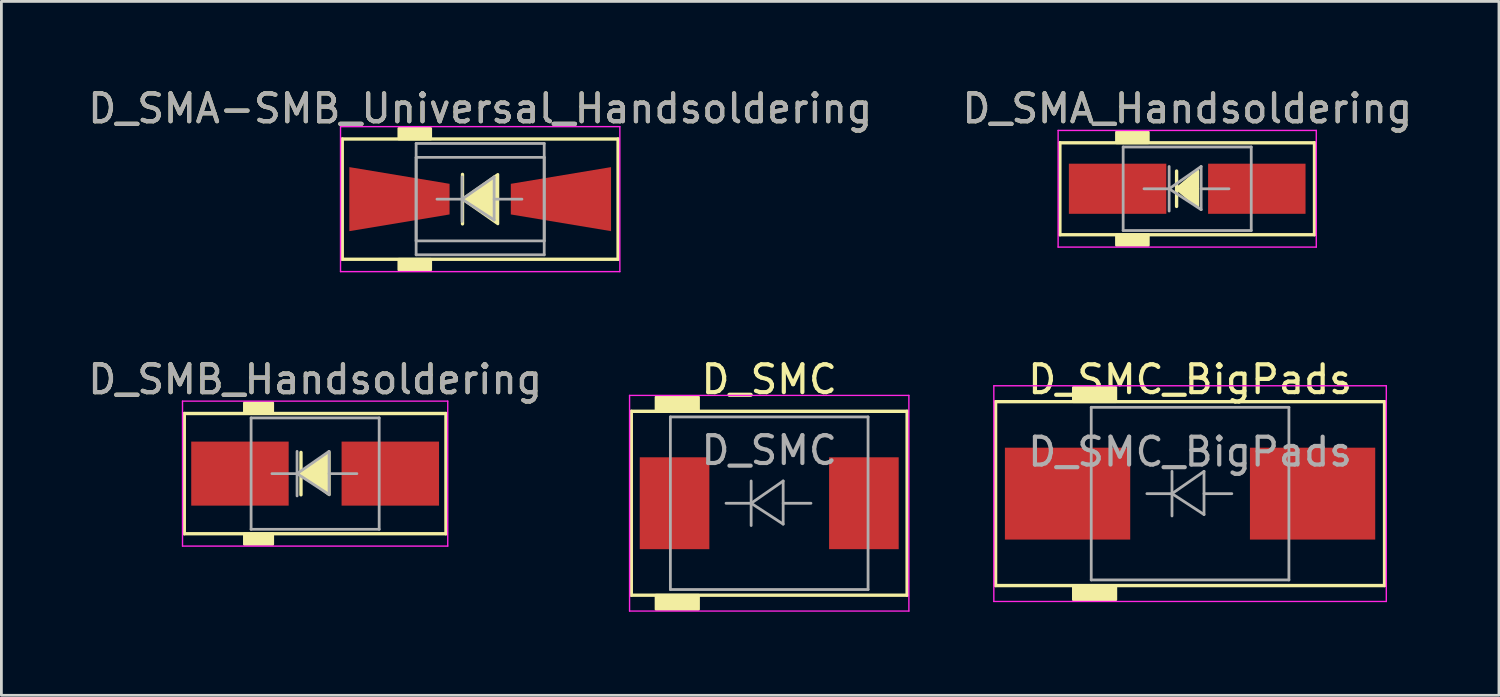
<source format=kicad_pcb>
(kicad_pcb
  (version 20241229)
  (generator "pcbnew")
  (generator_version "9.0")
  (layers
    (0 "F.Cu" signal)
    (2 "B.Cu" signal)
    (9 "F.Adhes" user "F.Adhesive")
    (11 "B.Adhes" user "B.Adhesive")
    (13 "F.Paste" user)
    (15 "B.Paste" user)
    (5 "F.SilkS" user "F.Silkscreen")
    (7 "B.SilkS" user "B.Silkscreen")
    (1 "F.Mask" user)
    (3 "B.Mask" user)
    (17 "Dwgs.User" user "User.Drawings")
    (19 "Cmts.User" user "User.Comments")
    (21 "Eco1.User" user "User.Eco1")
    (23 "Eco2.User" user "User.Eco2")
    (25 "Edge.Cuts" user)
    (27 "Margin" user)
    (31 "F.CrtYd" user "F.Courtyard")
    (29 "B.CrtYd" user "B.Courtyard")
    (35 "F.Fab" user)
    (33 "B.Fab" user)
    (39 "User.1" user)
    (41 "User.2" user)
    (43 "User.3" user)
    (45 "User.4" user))
  (footprint "D_SMA_Handsoldering"
    (layer "F.Cu")
    (at 39.589 3.729)
    (property "Reference" "D_SMA_Handsoldering" (at 0 -2.881 0) (layer "F.SilkS") (effects (font (size 1 1) (thickness 0.15))))
    (attr smd)
    (fp_line (start -4.572 -1.651) (end -4.572 1.651) (stroke (width 0.12) (type solid)) (layer "F.SilkS"))
    (fp_line (start -4.572 1.651) (end 4.572 1.651) (stroke (width 0.12) (type solid)) (layer "F.SilkS"))
    (fp_line (start -0.381 -0.635) (end -0.381 0.635) (stroke (width 0.12) (type solid)) (layer "F.SilkS"))
    (fp_line (start 4.572 -1.651) (end -4.572 -1.651) (stroke (width 0.12) (type solid)) (layer "F.SilkS"))
    (fp_line (start 4.572 1.651) (end 4.572 -1.651) (stroke (width 0.12) (type solid)) (layer "F.SilkS"))
    (fp_poly (pts (xy 0.381 0.635) (xy -0.381 0) (xy 0.381 -0.635)) (stroke (width 0.1) (type solid)) (fill yes) (layer "F.SilkS"))
    (fp_poly (pts (xy -1.397 -1.651) (xy -2.54 -1.651) (xy -2.54 -2.032) (xy -1.397 -2.032)) (stroke (width 0.1) (type solid)) (fill yes) (layer "F.SilkS"))
    (fp_poly (pts (xy -1.397 2.032) (xy -2.54 2.032) (xy -2.54 1.651) (xy -1.397 1.651)) (stroke (width 0.1) (type solid)) (fill yes) (layer "F.SilkS"))
    (fp_line (start -4.636 -2.095) (end 4.636 -2.095) (stroke (width 0.05) (type solid)) (layer "F.CrtYd"))
    (fp_line (start -4.636 2.095) (end -4.636 -2.095) (stroke (width 0.05) (type solid)) (layer "F.CrtYd"))
    (fp_line (start 4.636 -2.095) (end 4.636 2.095) (stroke (width 0.05) (type solid)) (layer "F.CrtYd"))
    (fp_line (start 4.636 2.095) (end -4.636 2.095) (stroke (width 0.05) (type solid)) (layer "F.CrtYd"))
    (fp_line (start -2.3 1.5) (end -2.3 -1.5) (stroke (width 0.1) (type solid)) (layer "F.Fab"))
    (fp_line (start -0.649 -0.799) (end -0.649 0.801) (stroke (width 0.1) (type solid)) (layer "F.Fab"))
    (fp_line (start -0.649 0.001) (end -1.551 0.001) (stroke (width 0.1) (type solid)) (layer "F.Fab"))
    (fp_line (start -0.649 0.001) (end 0.501 -0.799) (stroke (width 0.1) (type solid)) (layer "F.Fab"))
    (fp_line (start -0.649 0.001) (end 0.501 0.75) (stroke (width 0.1) (type solid)) (layer "F.Fab"))
    (fp_line (start 0.501 0.001) (end 1.499 0.001) (stroke (width 0.1) (type solid)) (layer "F.Fab"))
    (fp_line (start 0.501 0.75) (end 0.501 -0.799) (stroke (width 0.1) (type solid)) (layer "F.Fab"))
    (fp_line (start 2.3 -1.5) (end -2.3 -1.5) (stroke (width 0.1) (type solid)) (layer "F.Fab"))
    (fp_line (start 2.3 -1.5) (end 2.3 1.5) (stroke (width 0.1) (type solid)) (layer "F.Fab"))
    (fp_line (start 2.3 1.5) (end -2.3 1.5) (stroke (width 0.1) (type solid)) (layer "F.Fab"))
    (fp_text user "${REFERENCE}" (at 0 -2.881 0) (layer "F.Fab") (effects (font (size 1 1) (thickness 0.15))))
    (pad "1" smd rect (at -2.5 0) (size 3.5 1.8) (layers "F.Cu" "F.Mask" "F.Paste"))
    (pad "2" smd rect (at 2.5 0) (size 3.5 1.8) (layers "F.Cu" "F.Mask" "F.Paste")))
  (footprint "D_SMA-SMB_Universal_Handsoldering"
    (layer "F.Cu")
    (at 14.196 4.102)
    (property "Reference" "D_SMA-SMB_Universal_Handsoldering" (at 0 -3.254 0) (layer "F.SilkS") (effects (font (size 1 1) (thickness 0.15))))
    (attr smd)
    (fp_line (start -4.953 -2.159) (end -4.953 2.159) (stroke (width 0.12) (type solid)) (layer "F.SilkS"))
    (fp_line (start -4.953 2.159) (end 4.953 2.159) (stroke (width 0.12) (type solid)) (layer "F.SilkS"))
    (fp_line (start -0.635 -0.889) (end -0.635 0.889) (stroke (width 0.12) (type solid)) (layer "F.SilkS"))
    (fp_line (start 4.953 -2.159) (end -4.953 -2.159) (stroke (width 0.12) (type solid)) (layer "F.SilkS"))
    (fp_line (start 4.953 2.159) (end 4.953 -2.159) (stroke (width 0.12) (type solid)) (layer "F.SilkS"))
    (fp_poly (pts (xy 0.635 0.889) (xy -0.635 0) (xy 0.635 -0.889)) (stroke (width 0.1) (type solid)) (fill yes) (layer "F.SilkS"))
    (fp_poly (pts (xy -1.778 -2.159) (xy -2.921 -2.159) (xy -2.921 -2.54) (xy -1.778 -2.54)) (stroke (width 0.1) (type solid)) (fill yes) (layer "F.SilkS"))
    (fp_poly (pts (xy -1.778 2.54) (xy -2.921 2.54) (xy -2.921 2.159) (xy -1.778 2.159)) (stroke (width 0.1) (type solid)) (fill yes) (layer "F.SilkS"))
    (fp_line (start -5.016 -2.603) (end 5.016 -2.603) (stroke (width 0.05) (type solid)) (layer "F.CrtYd"))
    (fp_line (start -5.016 2.603) (end -5.016 -2.603) (stroke (width 0.05) (type solid)) (layer "F.CrtYd"))
    (fp_line (start 5.016 -2.603) (end 5.016 2.603) (stroke (width 0.05) (type solid)) (layer "F.CrtYd"))
    (fp_line (start 5.016 2.603) (end -5.016 2.603) (stroke (width 0.05) (type solid)) (layer "F.CrtYd"))
    (fp_line (start -2.3 1.5) (end -2.3 -1.5) (stroke (width 0.1) (type solid)) (layer "F.Fab"))
    (fp_line (start -2.3 2) (end -2.3 -2) (stroke (width 0.1) (type solid)) (layer "F.Fab"))
    (fp_line (start -0.649 -0.799) (end -0.649 0.801) (stroke (width 0.1) (type solid)) (layer "F.Fab"))
    (fp_line (start -0.649 0.001) (end -1.551 0.001) (stroke (width 0.1) (type solid)) (layer "F.Fab"))
    (fp_line (start -0.649 0.001) (end 0.501 -0.799) (stroke (width 0.1) (type solid)) (layer "F.Fab"))
    (fp_line (start -0.649 0.001) (end 0.501 0.75) (stroke (width 0.1) (type solid)) (layer "F.Fab"))
    (fp_line (start 0.501 0.001) (end 1.499 0.001) (stroke (width 0.1) (type solid)) (layer "F.Fab"))
    (fp_line (start 0.501 0.75) (end 0.501 -0.799) (stroke (width 0.1) (type solid)) (layer "F.Fab"))
    (fp_line (start 2.3 -2) (end -2.3 -2) (stroke (width 0.1) (type solid)) (layer "F.Fab"))
    (fp_line (start 2.3 -2) (end 2.3 2) (stroke (width 0.1) (type solid)) (layer "F.Fab"))
    (fp_line (start 2.3 -1.5) (end -2.3 -1.5) (stroke (width 0.1) (type solid)) (layer "F.Fab"))
    (fp_line (start 2.3 -1.5) (end 2.3 1.5) (stroke (width 0.1) (type solid)) (layer "F.Fab"))
    (fp_line (start 2.3 1.5) (end -2.3 1.5) (stroke (width 0.1) (type solid)) (layer "F.Fab"))
    (fp_line (start 2.3 2) (end -2.3 2) (stroke (width 0.1) (type solid)) (layer "F.Fab"))
    (fp_text user "${REFERENCE}" (at 0 -3.254 0) (layer "F.Fab") (effects (font (size 1 1) (thickness 0.15))))
    (pad "1" smd trapezoid (at -2.9 0) (size 3.6 1.7) (rect_delta 0.6 0) (layers "F.Cu" "F.Mask" "F.Paste"))
    (pad "2" smd trapezoid (at 2.9 0 180) (size 3.6 1.7) (rect_delta 0.6 0) (layers "F.Cu" "F.Mask" "F.Paste")))
  (footprint "D_SMC_BigPads"
    (layer "F.Cu")
    (at 39.692 14.679)
    (property "Reference" "D_SMC_BigPads" (at 0 -4.1 0) (layer "F.SilkS") (effects (font (size 1 1) (thickness 0.15))))
    (attr smd)
    (fp_line (start -6.985 -3.302) (end -6.985 3.302) (stroke (width 0.12) (type solid)) (layer "F.SilkS"))
    (fp_line (start -6.985 3.302) (end 6.985 3.302) (stroke (width 0.12) (type solid)) (layer "F.SilkS"))
    (fp_line (start 6.985 -3.302) (end -6.985 -3.302) (stroke (width 0.12) (type solid)) (layer "F.SilkS"))
    (fp_line (start 6.985 3.302) (end 6.985 -3.302) (stroke (width 0.12) (type solid)) (layer "F.SilkS"))
    (fp_poly (pts (xy -2.667 -3.302) (xy -4.191 -3.302) (xy -4.191 -3.81) (xy -2.667 -3.81)) (stroke (width 0.1) (type solid)) (fill yes) (layer "F.SilkS"))
    (fp_poly (pts (xy -2.667 3.81) (xy -4.191 3.81) (xy -4.191 3.302) (xy -2.667 3.302)) (stroke (width 0.1) (type solid)) (fill yes) (layer "F.SilkS"))
    (fp_line (start -7.048 -3.873) (end 7.048 -3.873) (stroke (width 0.05) (type solid)) (layer "F.CrtYd"))
    (fp_line (start -7.048 3.873) (end -7.048 -3.873) (stroke (width 0.05) (type solid)) (layer "F.CrtYd"))
    (fp_line (start 7.048 -3.873) (end 7.048 3.873) (stroke (width 0.05) (type solid)) (layer "F.CrtYd"))
    (fp_line (start 7.048 3.873) (end -7.048 3.873) (stroke (width 0.05) (type solid)) (layer "F.CrtYd"))
    (fp_line (start -3.55 3.1) (end -3.55 -3.1) (stroke (width 0.1) (type solid)) (layer "F.Fab"))
    (fp_line (start -0.649 -0.799) (end -0.649 0.801) (stroke (width 0.1) (type solid)) (layer "F.Fab"))
    (fp_line (start -0.649 0.001) (end -1.551 0.001) (stroke (width 0.1) (type solid)) (layer "F.Fab"))
    (fp_line (start -0.649 0.001) (end 0.501 -0.799) (stroke (width 0.1) (type solid)) (layer "F.Fab"))
    (fp_line (start -0.649 0.001) (end 0.501 0.75) (stroke (width 0.1) (type solid)) (layer "F.Fab"))
    (fp_line (start 0.501 0.001) (end 1.499 0.001) (stroke (width 0.1) (type solid)) (layer "F.Fab"))
    (fp_line (start 0.501 0.75) (end 0.501 -0.799) (stroke (width 0.1) (type solid)) (layer "F.Fab"))
    (fp_line (start 3.55 -3.1) (end -3.55 -3.1) (stroke (width 0.1) (type solid)) (layer "F.Fab"))
    (fp_line (start 3.55 -3.1) (end 3.55 3.1) (stroke (width 0.1) (type solid)) (layer "F.Fab"))
    (fp_line (start 3.55 3.1) (end -3.55 3.1) (stroke (width 0.1) (type solid)) (layer "F.Fab"))
    (fp_text user "${REFERENCE}" (at 0 -1.5 0) (layer "F.Fab") (effects (font (size 1 1) (thickness 0.15))))
    (pad "1" smd rect (at -4.4 0 90) (size 3.3 4.5) (layers "F.Cu" "F.Mask" "F.Paste"))
    (pad "2" smd rect (at 4.4 0 90) (size 3.3 4.5) (layers "F.Cu" "F.Mask" "F.Paste")))
  (footprint "D_SMC"
    (layer "F.Cu")
    (at 24.577 15.024)
    (property "Reference" "D_SMC" (at 0 -4.445 0) (layer "F.SilkS") (effects (font (size 1 1) (thickness 0.15))))
    (attr smd)
    (fp_line (start -4.953 -3.302) (end 4.953 -3.302) (stroke (width 0.12) (type solid)) (layer "F.SilkS"))
    (fp_line (start -4.953 3.302) (end -4.953 -3.302) (stroke (width 0.12) (type solid)) (layer "F.SilkS"))
    (fp_line (start 4.953 -3.302) (end 4.953 3.302) (stroke (width 0.12) (type solid)) (layer "F.SilkS"))
    (fp_line (start 4.953 3.302) (end -4.953 3.302) (stroke (width 0.12) (type solid)) (layer "F.SilkS"))
    (fp_poly (pts (xy -2.54 -3.302) (xy -4.064 -3.302) (xy -4.064 -3.81) (xy -2.54 -3.81)) (stroke (width 0.1) (type solid)) (fill yes) (layer "F.SilkS"))
    (fp_poly (pts (xy -2.54 3.81) (xy -4.064 3.81) (xy -4.064 3.302) (xy -2.54 3.302)) (stroke (width 0.1) (type solid)) (fill yes) (layer "F.SilkS"))
    (fp_line (start -5.016 -3.873) (end 5.016 -3.873) (stroke (width 0.05) (type solid)) (layer "F.CrtYd"))
    (fp_line (start -5.016 3.873) (end -5.016 -3.873) (stroke (width 0.05) (type solid)) (layer "F.CrtYd"))
    (fp_line (start 5.016 -3.873) (end 5.016 3.873) (stroke (width 0.05) (type solid)) (layer "F.CrtYd"))
    (fp_line (start 5.016 3.873) (end -5.016 3.873) (stroke (width 0.05) (type solid)) (layer "F.CrtYd"))
    (fp_line (start -3.55 3.1) (end -3.55 -3.1) (stroke (width 0.1) (type solid)) (layer "F.Fab"))
    (fp_line (start -0.649 -0.799) (end -0.649 0.801) (stroke (width 0.1) (type solid)) (layer "F.Fab"))
    (fp_line (start -0.649 0.001) (end -1.551 0.001) (stroke (width 0.1) (type solid)) (layer "F.Fab"))
    (fp_line (start -0.649 0.001) (end 0.501 -0.799) (stroke (width 0.1) (type solid)) (layer "F.Fab"))
    (fp_line (start -0.649 0.001) (end 0.501 0.75) (stroke (width 0.1) (type solid)) (layer "F.Fab"))
    (fp_line (start 0.501 0.001) (end 1.499 0.001) (stroke (width 0.1) (type solid)) (layer "F.Fab"))
    (fp_line (start 0.501 0.75) (end 0.501 -0.799) (stroke (width 0.1) (type solid)) (layer "F.Fab"))
    (fp_line (start 3.55 -3.1) (end -3.55 -3.1) (stroke (width 0.1) (type solid)) (layer "F.Fab"))
    (fp_line (start 3.55 -3.1) (end 3.55 3.1) (stroke (width 0.1) (type solid)) (layer "F.Fab"))
    (fp_line (start 3.55 3.1) (end -3.55 3.1) (stroke (width 0.1) (type solid)) (layer "F.Fab"))
    (fp_text user "${REFERENCE}" (at 0 -1.9 0) (layer "F.Fab") (effects (font (size 1 1) (thickness 0.15))))
    (pad "1" smd rect (at -3.4 0 90) (size 3.3 2.5) (layers "F.Cu" "F.Mask" "F.Paste"))
    (pad "2" smd rect (at 3.4 0 90) (size 3.3 2.5) (layers "F.Cu" "F.Mask" "F.Paste")))
  (footprint "D_SMB_Handsoldering"
    (layer "F.Cu")
    (at 8.268 13.96)
    (property "Reference" "D_SMB_Handsoldering" (at 0 -3.381 0) (layer "F.SilkS") (effects (font (size 1 1) (thickness 0.15))))
    (attr smd)
    (fp_line (start -4.699 -2.159) (end -4.699 2.159) (stroke (width 0.12) (type solid)) (layer "F.SilkS"))
    (fp_line (start -4.699 2.159) (end 4.699 2.159) (stroke (width 0.12) (type solid)) (layer "F.SilkS"))
    (fp_line (start -0.508 -0.762) (end -0.508 0.762) (stroke (width 0.12) (type solid)) (layer "F.SilkS"))
    (fp_line (start 4.699 -2.159) (end -4.699 -2.159) (stroke (width 0.12) (type solid)) (layer "F.SilkS"))
    (fp_line (start 4.699 2.159) (end 4.699 -2.159) (stroke (width 0.12) (type solid)) (layer "F.SilkS"))
    (fp_poly (pts (xy 0.508 0.762) (xy -0.508 0) (xy 0.508 -0.762)) (stroke (width 0.1) (type solid)) (fill yes) (layer "F.SilkS"))
    (fp_poly (pts (xy -1.524 -2.159) (xy -2.54 -2.159) (xy -2.54 -2.54) (xy -1.524 -2.54)) (stroke (width 0.1) (type solid)) (fill yes) (layer "F.SilkS"))
    (fp_poly (pts (xy -1.524 2.54) (xy -2.54 2.54) (xy -2.54 2.159) (xy -1.524 2.159)) (stroke (width 0.1) (type solid)) (fill yes) (layer "F.SilkS"))
    (fp_line (start -4.763 -2.603) (end 4.763 -2.603) (stroke (width 0.05) (type solid)) (layer "F.CrtYd"))
    (fp_line (start -4.763 2.603) (end -4.763 -2.603) (stroke (width 0.05) (type solid)) (layer "F.CrtYd"))
    (fp_line (start 4.763 -2.603) (end 4.763 2.603) (stroke (width 0.05) (type solid)) (layer "F.CrtYd"))
    (fp_line (start 4.763 2.603) (end -4.763 2.603) (stroke (width 0.05) (type solid)) (layer "F.CrtYd"))
    (fp_line (start -2.3 2) (end -2.3 -2) (stroke (width 0.1) (type solid)) (layer "F.Fab"))
    (fp_line (start -0.649 -0.799) (end -0.649 0.801) (stroke (width 0.1) (type solid)) (layer "F.Fab"))
    (fp_line (start -0.649 0.001) (end -1.551 0.001) (stroke (width 0.1) (type solid)) (layer "F.Fab"))
    (fp_line (start -0.649 0.001) (end 0.501 -0.799) (stroke (width 0.1) (type solid)) (layer "F.Fab"))
    (fp_line (start -0.649 0.001) (end 0.501 0.75) (stroke (width 0.1) (type solid)) (layer "F.Fab"))
    (fp_line (start 0.501 0.001) (end 1.499 0.001) (stroke (width 0.1) (type solid)) (layer "F.Fab"))
    (fp_line (start 0.501 0.75) (end 0.501 -0.799) (stroke (width 0.1) (type solid)) (layer "F.Fab"))
    (fp_line (start 2.3 -2) (end -2.3 -2) (stroke (width 0.1) (type solid)) (layer "F.Fab"))
    (fp_line (start 2.3 -2) (end 2.3 2) (stroke (width 0.1) (type solid)) (layer "F.Fab"))
    (fp_line (start 2.3 2) (end -2.3 2) (stroke (width 0.1) (type solid)) (layer "F.Fab"))
    (fp_text user "${REFERENCE}" (at 0 -3.381 0) (layer "F.Fab") (effects (font (size 1 1) (thickness 0.15))))
    (pad "1" smd rect (at -2.7 0) (size 3.5 2.3) (layers "F.Cu" "F.Mask" "F.Paste"))
    (pad "2" smd rect (at 2.7 0) (size 3.5 2.3) (layers "F.Cu" "F.Mask" "F.Paste")))
  (gr_rect
    (start -3 -3)
    (end 50.786 21.922)
    (stroke (width 0.1) (type default))
    (fill no)
    (layer "Edge.Cuts")))
</source>
